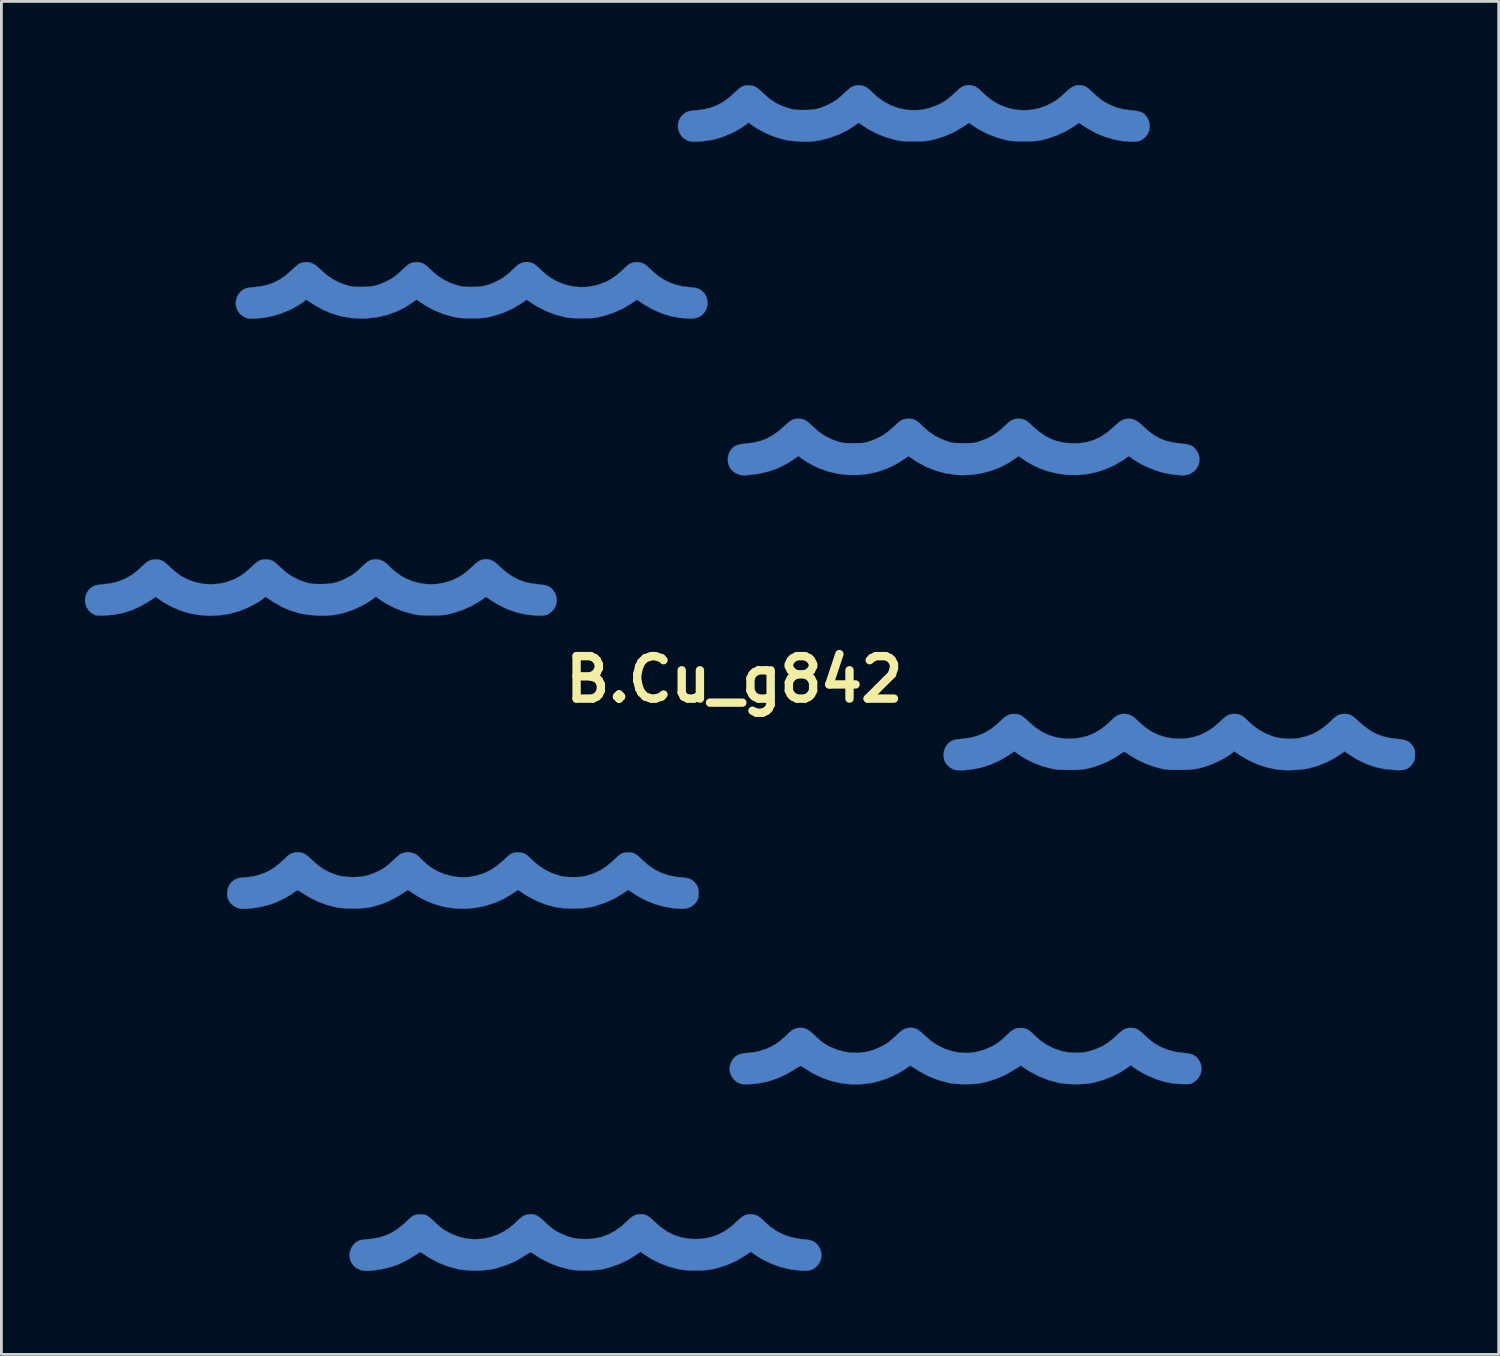
<source format=kicad_pcb>
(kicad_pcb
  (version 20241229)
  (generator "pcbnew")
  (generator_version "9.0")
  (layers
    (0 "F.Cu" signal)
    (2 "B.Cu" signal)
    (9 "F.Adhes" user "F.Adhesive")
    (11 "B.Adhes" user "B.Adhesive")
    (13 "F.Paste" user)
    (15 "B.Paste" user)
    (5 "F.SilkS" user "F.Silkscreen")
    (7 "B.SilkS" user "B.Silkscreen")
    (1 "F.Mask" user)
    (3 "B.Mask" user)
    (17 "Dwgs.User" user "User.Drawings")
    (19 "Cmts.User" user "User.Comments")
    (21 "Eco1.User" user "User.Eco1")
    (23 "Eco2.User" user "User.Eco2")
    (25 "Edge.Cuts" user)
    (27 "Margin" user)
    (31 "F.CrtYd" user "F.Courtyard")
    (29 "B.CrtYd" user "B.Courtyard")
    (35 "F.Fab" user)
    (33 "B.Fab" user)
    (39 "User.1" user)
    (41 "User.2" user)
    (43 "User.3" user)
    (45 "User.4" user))
  (footprint "B.Cu_g842"
    (layer "F.Cu")
    (at 23.309 21.339)
    (property "Reference" "B.Cu_g842" (at 0 0 0) (layer "F.SilkS") (effects (font (size 1.524 1.524) (thickness 0.3))))
    (attr through_hole)
    (fp_poly (pts (xy 0.634 19.204) (xy 0.754 19.226) (xy 0.862 19.274) (xy 0.968 19.351) (xy 1.053 19.433) (xy 1.276 19.639) (xy 1.52 19.808) (xy 1.783 19.939) (xy 2.065 20.033) (xy 2.362 20.089) (xy 2.48 20.099) (xy 2.635 20.115) (xy 2.757 20.142) (xy 2.855 20.184) (xy 2.937 20.244) (xy 2.985 20.294) (xy 3.071 20.421) (xy 3.119 20.558) (xy 3.129 20.701) (xy 3.102 20.841) (xy 3.039 20.971) (xy 2.966 21.06) (xy 2.884 21.132) (xy 2.8 21.182) (xy 2.704 21.212) (xy 2.588 21.226) (xy 2.442 21.225) (xy 2.401 21.224) (xy 2.044 21.184) (xy 1.694 21.104) (xy 1.355 20.987) (xy 1.034 20.833) (xy 0.785 20.68) (xy 0.594 20.549) (xy 0.399 20.68) (xy 0.088 20.865) (xy -0.236 21.012) (xy -0.581 21.125) (xy -0.769 21.171) (xy -0.927 21.196) (xy -1.114 21.213) (xy -1.317 21.22) (xy -1.524 21.219) (xy -1.723 21.209) (xy -1.901 21.189) (xy -2.002 21.171) (xy -2.34 21.082) (xy -2.653 20.966) (xy -2.949 20.818) (xy -3.158 20.689) (xy -3.365 20.551) (xy -3.573 20.689) (xy -3.871 20.866) (xy -4.179 21.008) (xy -4.505 21.117) (xy -4.72 21.169) (xy -4.87 21.194) (xy -5.048 21.21) (xy -5.243 21.219) (xy -5.442 21.22) (xy -5.633 21.213) (xy -5.804 21.198) (xy -5.915 21.18) (xy -6.278 21.087) (xy -6.626 20.954) (xy -6.962 20.782) (xy -7.286 20.569) (xy -7.29 20.566) (xy -7.321 20.569) (xy -7.381 20.598) (xy -7.469 20.653) (xy -7.491 20.668) (xy -7.805 20.856) (xy -8.141 21.009) (xy -8.498 21.126) (xy -8.678 21.17) (xy -8.842 21.196) (xy -9.035 21.213) (xy -9.242 21.221) (xy -9.453 21.219) (xy -9.655 21.207) (xy -9.835 21.186) (xy -9.921 21.171) (xy -10.284 21.071) (xy -10.628 20.935) (xy -10.953 20.76) (xy -11.062 20.69) (xy -11.143 20.636) (xy -11.21 20.592) (xy -11.256 20.563) (xy -11.273 20.553) (xy -11.291 20.564) (xy -11.338 20.594) (xy -11.405 20.638) (xy -11.476 20.685) (xy -11.746 20.848) (xy -12.024 20.984) (xy -12.141 21.031) (xy -12.312 21.088) (xy -12.494 21.137) (xy -12.681 21.176) (xy -12.866 21.205) (xy -13.04 21.223) (xy -13.196 21.229) (xy -13.328 21.221) (xy -13.426 21.2) (xy -13.569 21.129) (xy -13.68 21.031) (xy -13.759 20.904) (xy -13.8 20.777) (xy -13.811 20.645) (xy -13.787 20.513) (xy -13.734 20.389) (xy -13.656 20.28) (xy -13.558 20.194) (xy -13.445 20.138) (xy -13.369 20.121) (xy -13.311 20.115) (xy -13.225 20.106) (xy -13.123 20.095) (xy -13.052 20.087) (xy -12.78 20.044) (xy -12.529 19.969) (xy -12.293 19.861) (xy -12.066 19.716) (xy -11.844 19.533) (xy -11.779 19.472) (xy -11.678 19.376) (xy -11.596 19.306) (xy -11.528 19.259) (xy -11.463 19.23) (xy -11.395 19.215) (xy -11.314 19.21) (xy -11.271 19.209) (xy -11.186 19.211) (xy -11.116 19.221) (xy -11.053 19.241) (xy -10.989 19.276) (xy -10.918 19.331) (xy -10.83 19.409) (xy -10.754 19.481) (xy -10.666 19.563) (xy -10.576 19.641) (xy -10.496 19.707) (xy -10.435 19.751) (xy -10.177 19.897) (xy -9.908 20.004) (xy -9.63 20.072) (xy -9.347 20.1) (xy -9.064 20.087) (xy -8.784 20.034) (xy -8.678 20.002) (xy -8.463 19.921) (xy -8.27 19.823) (xy -8.086 19.701) (xy -7.903 19.549) (xy -7.825 19.476) (xy -7.721 19.378) (xy -7.637 19.308) (xy -7.565 19.26) (xy -7.498 19.229) (xy -7.427 19.211) (xy -7.365 19.204) (xy -7.266 19.201) (xy -7.178 19.214) (xy -7.092 19.246) (xy -7.003 19.302) (xy -6.901 19.385) (xy -6.807 19.472) (xy -6.686 19.585) (xy -6.584 19.673) (xy -6.49 19.745) (xy -6.394 19.806) (xy -6.285 19.864) (xy -6.195 19.907) (xy -5.99 19.993) (xy -5.795 20.051) (xy -5.593 20.083) (xy -5.371 20.094) (xy -5.345 20.095) (xy -5.053 20.077) (xy -4.781 20.023) (xy -4.525 19.931) (xy -4.281 19.801) (xy -4.047 19.631) (xy -3.872 19.473) (xy -3.766 19.372) (xy -3.678 19.3) (xy -3.599 19.251) (xy -3.523 19.222) (xy -3.44 19.206) (xy -3.405 19.202) (xy -3.302 19.201) (xy -3.212 19.216) (xy -3.126 19.252) (xy -3.035 19.312) (xy -2.932 19.401) (xy -2.874 19.457) (xy -2.643 19.661) (xy -2.407 19.825) (xy -2.162 19.948) (xy -1.905 20.033) (xy -1.634 20.081) (xy -1.386 20.094) (xy -1.102 20.077) (xy -0.835 20.025) (xy -0.584 19.936) (xy -0.343 19.81) (xy -0.11 19.643) (xy 0.098 19.457) (xy 0.211 19.351) (xy 0.309 19.277) (xy 0.399 19.229) (xy 0.489 19.205) (xy 0.587 19.201) (xy 0.634 19.204)) (stroke (width 0.01) (type solid)) (fill yes) (layer "B.Cu"))
    (fp_poly (pts (xy 2.32 -9.355) (xy 2.427 -9.346) (xy 2.524 -9.316) (xy 2.619 -9.261) (xy 2.72 -9.175) (xy 2.781 -9.116) (xy 3.005 -8.912) (xy 3.243 -8.746) (xy 3.5 -8.616) (xy 3.719 -8.537) (xy 3.791 -8.516) (xy 3.853 -8.5) (xy 3.916 -8.49) (xy 3.988 -8.484) (xy 4.079 -8.481) (xy 4.198 -8.48) (xy 4.276 -8.479) (xy 4.413 -8.48) (xy 4.518 -8.482) (xy 4.599 -8.486) (xy 4.666 -8.494) (xy 4.727 -8.507) (xy 4.792 -8.525) (xy 4.832 -8.537) (xy 5.091 -8.633) (xy 5.326 -8.756) (xy 5.547 -8.911) (xy 5.756 -9.097) (xy 5.86 -9.197) (xy 5.947 -9.267) (xy 6.026 -9.314) (xy 6.104 -9.341) (xy 6.191 -9.353) (xy 6.255 -9.355) (xy 6.353 -9.35) (xy 6.436 -9.333) (xy 6.514 -9.299) (xy 6.595 -9.243) (xy 6.687 -9.161) (xy 6.752 -9.098) (xy 6.971 -8.903) (xy 7.199 -8.746) (xy 7.445 -8.621) (xy 7.677 -8.537) (xy 7.749 -8.516) (xy 7.811 -8.5) (xy 7.874 -8.49) (xy 7.946 -8.484) (xy 8.037 -8.481) (xy 8.156 -8.48) (xy 8.234 -8.479) (xy 8.372 -8.48) (xy 8.476 -8.482) (xy 8.557 -8.486) (xy 8.624 -8.494) (xy 8.685 -8.507) (xy 8.751 -8.525) (xy 8.79 -8.537) (xy 9.066 -8.641) (xy 9.319 -8.779) (xy 9.554 -8.952) (xy 9.729 -9.116) (xy 9.838 -9.219) (xy 9.935 -9.29) (xy 10.03 -9.333) (xy 10.13 -9.353) (xy 10.189 -9.355) (xy 10.279 -9.353) (xy 10.354 -9.342) (xy 10.423 -9.318) (xy 10.494 -9.277) (xy 10.573 -9.216) (xy 10.671 -9.129) (xy 10.722 -9.081) (xy 10.94 -8.893) (xy 11.155 -8.742) (xy 11.372 -8.628) (xy 11.598 -8.547) (xy 11.84 -8.496) (xy 12.097 -8.473) (xy 12.386 -8.477) (xy 12.653 -8.516) (xy 12.905 -8.59) (xy 13.143 -8.701) (xy 13.374 -8.852) (xy 13.601 -9.042) (xy 13.619 -9.06) (xy 13.734 -9.166) (xy 13.828 -9.244) (xy 13.909 -9.297) (xy 13.984 -9.331) (xy 14.061 -9.349) (xy 14.147 -9.355) (xy 14.161 -9.355) (xy 14.259 -9.349) (xy 14.346 -9.328) (xy 14.43 -9.289) (xy 14.52 -9.226) (xy 14.624 -9.136) (xy 14.679 -9.083) (xy 14.89 -8.895) (xy 15.1 -8.746) (xy 15.317 -8.631) (xy 15.548 -8.548) (xy 15.801 -8.494) (xy 16.031 -8.467) (xy 16.196 -8.449) (xy 16.325 -8.42) (xy 16.428 -8.378) (xy 16.51 -8.32) (xy 16.58 -8.243) (xy 16.584 -8.237) (xy 16.659 -8.101) (xy 16.696 -7.96) (xy 16.696 -7.82) (xy 16.661 -7.686) (xy 16.593 -7.565) (xy 16.496 -7.463) (xy 16.369 -7.385) (xy 16.284 -7.353) (xy 16.192 -7.335) (xy 16.079 -7.33) (xy 15.939 -7.336) (xy 15.767 -7.355) (xy 15.6 -7.379) (xy 15.352 -7.433) (xy 15.091 -7.515) (xy 14.83 -7.62) (xy 14.583 -7.742) (xy 14.362 -7.877) (xy 14.32 -7.906) (xy 14.166 -8.017) (xy 13.999 -7.901) (xy 13.688 -7.711) (xy 13.36 -7.558) (xy 13.021 -7.445) (xy 12.672 -7.371) (xy 12.317 -7.336) (xy 11.959 -7.342) (xy 11.602 -7.389) (xy 11.248 -7.476) (xy 11.197 -7.493) (xy 10.96 -7.579) (xy 10.742 -7.68) (xy 10.525 -7.804) (xy 10.407 -7.881) (xy 10.203 -8.017) (xy 10.092 -7.934) (xy 9.818 -7.754) (xy 9.518 -7.604) (xy 9.199 -7.485) (xy 8.868 -7.398) (xy 8.53 -7.347) (xy 8.193 -7.332) (xy 7.959 -7.344) (xy 7.59 -7.399) (xy 7.239 -7.492) (xy 6.905 -7.623) (xy 6.585 -7.794) (xy 6.45 -7.881) (xy 6.253 -8.015) (xy 6.106 -7.911) (xy 5.799 -7.72) (xy 5.476 -7.567) (xy 5.139 -7.452) (xy 4.794 -7.375) (xy 4.442 -7.338) (xy 4.088 -7.339) (xy 3.734 -7.38) (xy 3.385 -7.46) (xy 3.044 -7.581) (xy 3.009 -7.596) (xy 2.837 -7.678) (xy 2.661 -7.775) (xy 2.498 -7.877) (xy 2.397 -7.949) (xy 2.303 -8.021) (xy 2.194 -7.942) (xy 1.884 -7.742) (xy 1.56 -7.582) (xy 1.22 -7.462) (xy 0.864 -7.38) (xy 0.603 -7.346) (xy 0.48 -7.335) (xy 0.39 -7.328) (xy 0.323 -7.327) (xy 0.271 -7.331) (xy 0.224 -7.339) (xy 0.201 -7.344) (xy 0.051 -7.402) (xy -0.07 -7.489) (xy -0.158 -7.602) (xy -0.213 -7.738) (xy -0.232 -7.895) (xy -0.232 -7.895) (xy -0.216 -8.042) (xy -0.167 -8.169) (xy -0.088 -8.28) (xy -0.015 -8.347) (xy 0.076 -8.397) (xy 0.191 -8.433) (xy 0.336 -8.457) (xy 0.441 -8.467) (xy 0.707 -8.501) (xy 0.95 -8.56) (xy 1.177 -8.649) (xy 1.396 -8.77) (xy 1.611 -8.926) (xy 1.81 -9.102) (xy 1.914 -9.198) (xy 1.999 -9.266) (xy 2.073 -9.312) (xy 2.145 -9.339) (xy 2.224 -9.352) (xy 2.319 -9.355) (xy 2.32 -9.355)) (stroke (width 0.01) (type solid)) (fill yes) (layer "B.Cu"))
    (fp_poly (pts (xy 14.103 1.248) (xy 14.196 1.273) (xy 14.287 1.32) (xy 14.385 1.393) (xy 14.498 1.497) (xy 14.513 1.513) (xy 14.74 1.713) (xy 14.976 1.874) (xy 15.224 1.994) (xy 15.488 2.077) (xy 15.77 2.123) (xy 15.896 2.131) (xy 16.189 2.125) (xy 16.467 2.079) (xy 16.731 1.995) (xy 16.983 1.87) (xy 17.224 1.705) (xy 17.431 1.524) (xy 17.544 1.418) (xy 17.639 1.341) (xy 17.723 1.289) (xy 17.804 1.258) (xy 17.889 1.243) (xy 17.949 1.24) (xy 18.078 1.251) (xy 18.191 1.288) (xy 18.297 1.356) (xy 18.408 1.46) (xy 18.409 1.461) (xy 18.606 1.645) (xy 18.83 1.807) (xy 19.069 1.942) (xy 19.316 2.043) (xy 19.42 2.074) (xy 19.594 2.109) (xy 19.789 2.129) (xy 19.99 2.134) (xy 20.18 2.123) (xy 20.285 2.108) (xy 20.527 2.049) (xy 20.748 1.968) (xy 20.957 1.859) (xy 21.161 1.719) (xy 21.367 1.542) (xy 21.396 1.515) (xy 21.505 1.416) (xy 21.592 1.343) (xy 21.667 1.293) (xy 21.735 1.262) (xy 21.806 1.246) (xy 21.886 1.241) (xy 21.907 1.24) (xy 21.999 1.245) (xy 22.077 1.261) (xy 22.151 1.293) (xy 22.229 1.345) (xy 22.32 1.422) (xy 22.395 1.492) (xy 22.617 1.687) (xy 22.838 1.843) (xy 23.063 1.964) (xy 23.299 2.051) (xy 23.552 2.108) (xy 23.791 2.136) (xy 23.955 2.154) (xy 24.085 2.182) (xy 24.188 2.226) (xy 24.271 2.289) (xy 24.343 2.374) (xy 24.379 2.431) (xy 24.41 2.489) (xy 24.427 2.543) (xy 24.435 2.61) (xy 24.437 2.699) (xy 24.429 2.832) (xy 24.401 2.938) (xy 24.348 3.03) (xy 24.272 3.115) (xy 24.208 3.171) (xy 24.144 3.211) (xy 24.072 3.238) (xy 23.983 3.252) (xy 23.869 3.257) (xy 23.723 3.254) (xy 23.701 3.253) (xy 23.345 3.218) (xy 23.003 3.143) (xy 22.673 3.028) (xy 22.353 2.872) (xy 22.109 2.72) (xy 21.908 2.584) (xy 21.753 2.695) (xy 21.512 2.848) (xy 21.242 2.984) (xy 20.954 3.098) (xy 20.659 3.185) (xy 20.638 3.19) (xy 20.464 3.222) (xy 20.262 3.244) (xy 20.045 3.256) (xy 19.826 3.258) (xy 19.619 3.248) (xy 19.441 3.229) (xy 19.103 3.155) (xy 18.768 3.043) (xy 18.445 2.894) (xy 18.147 2.716) (xy 17.944 2.58) (xy 17.899 2.621) (xy 17.815 2.688) (xy 17.7 2.763) (xy 17.563 2.843) (xy 17.413 2.922) (xy 17.259 2.995) (xy 17.111 3.058) (xy 17.037 3.086) (xy 16.87 3.142) (xy 16.718 3.184) (xy 16.57 3.214) (xy 16.415 3.233) (xy 16.243 3.245) (xy 16.043 3.249) (xy 15.981 3.249) (xy 15.812 3.248) (xy 15.677 3.245) (xy 15.568 3.239) (xy 15.477 3.23) (xy 15.397 3.217) (xy 15.367 3.211) (xy 15.053 3.127) (xy 14.743 3.012) (xy 14.449 2.871) (xy 14.181 2.709) (xy 14.171 2.701) (xy 14.092 2.648) (xy 14.039 2.616) (xy 14.004 2.602) (xy 13.98 2.603) (xy 13.959 2.614) (xy 13.673 2.803) (xy 13.391 2.955) (xy 13.108 3.074) (xy 13.031 3.101) (xy 12.879 3.15) (xy 12.746 3.186) (xy 12.623 3.213) (xy 12.497 3.231) (xy 12.36 3.242) (xy 12.201 3.248) (xy 12.023 3.249) (xy 11.866 3.249) (xy 11.743 3.246) (xy 11.645 3.242) (xy 11.562 3.234) (xy 11.485 3.223) (xy 11.406 3.208) (xy 11.369 3.2) (xy 11.047 3.111) (xy 10.738 2.993) (xy 10.451 2.849) (xy 10.211 2.697) (xy 10.055 2.585) (xy 9.855 2.718) (xy 9.547 2.901) (xy 9.226 3.048) (xy 8.897 3.157) (xy 8.563 3.228) (xy 8.229 3.258) (xy 8.149 3.26) (xy 8.045 3.259) (xy 7.97 3.255) (xy 7.914 3.245) (xy 7.865 3.228) (xy 7.811 3.202) (xy 7.808 3.201) (xy 7.7 3.126) (xy 7.61 3.029) (xy 7.549 2.921) (xy 7.536 2.883) (xy 7.514 2.733) (xy 7.527 2.585) (xy 7.574 2.448) (xy 7.652 2.33) (xy 7.694 2.288) (xy 7.763 2.235) (xy 7.833 2.196) (xy 7.915 2.169) (xy 8.019 2.15) (xy 8.154 2.137) (xy 8.169 2.135) (xy 8.465 2.097) (xy 8.736 2.026) (xy 8.987 1.92) (xy 9.224 1.778) (xy 9.451 1.596) (xy 9.544 1.507) (xy 9.655 1.403) (xy 9.75 1.329) (xy 9.836 1.28) (xy 9.924 1.252) (xy 10.02 1.242) (xy 10.054 1.241) (xy 10.143 1.246) (xy 10.222 1.265) (xy 10.301 1.3) (xy 10.385 1.357) (xy 10.482 1.438) (xy 10.583 1.533) (xy 10.817 1.733) (xy 11.062 1.893) (xy 11.318 2.011) (xy 11.586 2.09) (xy 11.868 2.129) (xy 12.118 2.131) (xy 12.403 2.1) (xy 12.668 2.036) (xy 12.916 1.936) (xy 13.151 1.798) (xy 13.376 1.622) (xy 13.513 1.492) (xy 13.627 1.385) (xy 13.73 1.311) (xy 13.828 1.265) (xy 13.932 1.243) (xy 14.002 1.24) (xy 14.103 1.248)) (stroke (width 0.01) (type solid)) (fill yes) (layer "B.Cu"))
    (fp_poly (pts (xy -8.814 -4.304) (xy -8.743 -4.284) (xy -8.689 -4.265) (xy -8.637 -4.237) (xy -8.578 -4.194) (xy -8.506 -4.131) (xy -8.425 -4.055) (xy -8.203 -3.86) (xy -7.982 -3.704) (xy -7.756 -3.584) (xy -7.518 -3.496) (xy -7.261 -3.438) (xy -7.017 -3.41) (xy -6.865 -3.393) (xy -6.746 -3.368) (xy -6.652 -3.331) (xy -6.574 -3.278) (xy -6.51 -3.212) (xy -6.428 -3.087) (xy -6.383 -2.949) (xy -6.375 -2.807) (xy -6.402 -2.667) (xy -6.465 -2.537) (xy -6.557 -2.43) (xy -6.631 -2.371) (xy -6.705 -2.329) (xy -6.789 -2.303) (xy -6.891 -2.291) (xy -7.022 -2.289) (xy -7.107 -2.292) (xy -7.464 -2.328) (xy -7.812 -2.405) (xy -8.15 -2.524) (xy -8.476 -2.682) (xy -8.705 -2.823) (xy -8.912 -2.961) (xy -9.113 -2.825) (xy -9.419 -2.643) (xy -9.75 -2.494) (xy -10.106 -2.379) (xy -10.288 -2.335) (xy -10.367 -2.32) (xy -10.454 -2.31) (xy -10.555 -2.302) (xy -10.68 -2.298) (xy -10.836 -2.297) (xy -10.89 -2.297) (xy -11.045 -2.297) (xy -11.167 -2.3) (xy -11.265 -2.304) (xy -11.349 -2.312) (xy -11.426 -2.324) (xy -11.508 -2.34) (xy -11.533 -2.346) (xy -11.899 -2.448) (xy -12.245 -2.588) (xy -12.569 -2.763) (xy -12.798 -2.919) (xy -12.865 -2.968) (xy -12.98 -2.883) (xy -13.199 -2.738) (xy -13.446 -2.606) (xy -13.707 -2.492) (xy -13.966 -2.403) (xy -14.076 -2.374) (xy -14.252 -2.335) (xy -14.414 -2.309) (xy -14.576 -2.294) (xy -14.752 -2.289) (xy -14.955 -2.292) (xy -14.962 -2.292) (xy -15.304 -2.319) (xy -15.624 -2.378) (xy -15.929 -2.47) (xy -16.226 -2.598) (xy -16.523 -2.765) (xy -16.634 -2.837) (xy -16.83 -2.968) (xy -16.877 -2.926) (xy -16.969 -2.853) (xy -17.093 -2.772) (xy -17.241 -2.689) (xy -17.402 -2.607) (xy -17.57 -2.53) (xy -17.735 -2.465) (xy -17.823 -2.434) (xy -18.145 -2.35) (xy -18.483 -2.3) (xy -18.828 -2.286) (xy -19.173 -2.307) (xy -19.51 -2.363) (xy -19.77 -2.434) (xy -19.948 -2.499) (xy -20.138 -2.582) (xy -20.324 -2.675) (xy -20.493 -2.772) (xy -20.602 -2.845) (xy -20.768 -2.964) (xy -20.961 -2.835) (xy -21.276 -2.646) (xy -21.594 -2.498) (xy -21.918 -2.391) (xy -22.251 -2.323) (xy -22.574 -2.295) (xy -22.708 -2.292) (xy -22.807 -2.293) (xy -22.879 -2.298) (xy -22.932 -2.309) (xy -22.953 -2.316) (xy -23.081 -2.385) (xy -23.184 -2.485) (xy -23.259 -2.607) (xy -23.299 -2.745) (xy -23.305 -2.82) (xy -23.295 -2.959) (xy -23.262 -3.071) (xy -23.202 -3.171) (xy -23.171 -3.209) (xy -23.102 -3.28) (xy -23.031 -3.331) (xy -22.95 -3.367) (xy -22.848 -3.391) (xy -22.716 -3.407) (xy -22.669 -3.41) (xy -22.369 -3.449) (xy -22.095 -3.519) (xy -21.842 -3.623) (xy -21.606 -3.763) (xy -21.383 -3.941) (xy -21.289 -4.03) (xy -21.178 -4.135) (xy -21.086 -4.21) (xy -21.003 -4.261) (xy -20.922 -4.29) (xy -20.836 -4.303) (xy -20.786 -4.305) (xy -20.695 -4.303) (xy -20.618 -4.291) (xy -20.548 -4.266) (xy -20.476 -4.223) (xy -20.395 -4.159) (xy -20.295 -4.069) (xy -20.257 -4.033) (xy -20.15 -3.935) (xy -20.037 -3.841) (xy -19.932 -3.76) (xy -19.855 -3.708) (xy -19.601 -3.576) (xy -19.334 -3.483) (xy -19.058 -3.428) (xy -18.778 -3.411) (xy -18.499 -3.433) (xy -18.224 -3.492) (xy -17.958 -3.591) (xy -17.737 -3.708) (xy -17.647 -3.77) (xy -17.54 -3.853) (xy -17.428 -3.948) (xy -17.335 -4.033) (xy -17.228 -4.132) (xy -17.141 -4.205) (xy -17.067 -4.254) (xy -16.997 -4.284) (xy -16.924 -4.3) (xy -16.839 -4.305) (xy -16.806 -4.305) (xy -16.708 -4.298) (xy -16.621 -4.275) (xy -16.535 -4.231) (xy -16.444 -4.163) (xy -16.339 -4.066) (xy -16.307 -4.035) (xy -16.087 -3.839) (xy -15.853 -3.681) (xy -15.598 -3.556) (xy -15.333 -3.468) (xy -15.256 -3.449) (xy -15.181 -3.436) (xy -15.096 -3.428) (xy -14.991 -3.423) (xy -14.856 -3.422) (xy -14.838 -3.422) (xy -14.652 -3.426) (xy -14.496 -3.439) (xy -14.357 -3.463) (xy -14.223 -3.503) (xy -14.08 -3.559) (xy -13.975 -3.608) (xy -13.856 -3.668) (xy -13.757 -3.723) (xy -13.667 -3.783) (xy -13.577 -3.853) (xy -13.477 -3.94) (xy -13.364 -4.045) (xy -13.272 -4.131) (xy -13.202 -4.192) (xy -13.146 -4.234) (xy -13.096 -4.262) (xy -13.045 -4.282) (xy -13.026 -4.288) (xy -12.873 -4.312) (xy -12.726 -4.294) (xy -12.586 -4.236) (xy -12.456 -4.137) (xy -12.396 -4.074) (xy -12.305 -3.982) (xy -12.188 -3.882) (xy -12.058 -3.783) (xy -11.926 -3.695) (xy -11.813 -3.631) (xy -11.545 -3.519) (xy -11.268 -3.447) (xy -10.985 -3.413) (xy -10.701 -3.419) (xy -10.421 -3.465) (xy -10.15 -3.55) (xy -10.04 -3.598) (xy -9.901 -3.667) (xy -9.779 -3.739) (xy -9.663 -3.822) (xy -9.541 -3.923) (xy -9.408 -4.045) (xy -9.314 -4.133) (xy -9.242 -4.195) (xy -9.185 -4.237) (xy -9.133 -4.265) (xy -9.081 -4.284) (xy -9.079 -4.285) (xy -8.98 -4.309) (xy -8.899 -4.316) (xy -8.814 -4.304)) (stroke (width 0.01) (type solid)) (fill yes) (layer "B.Cu"))
    (fp_poly (pts (xy -15.534 6.224) (xy -15.497 6.235) (xy -15.445 6.254) (xy -15.393 6.282) (xy -15.335 6.325) (xy -15.261 6.388) (xy -15.17 6.473) (xy -15.031 6.6) (xy -14.908 6.701) (xy -14.789 6.785) (xy -14.663 6.858) (xy -14.532 6.923) (xy -14.343 7.002) (xy -14.157 7.055) (xy -13.961 7.086) (xy -13.743 7.098) (xy -13.695 7.099) (xy -13.474 7.091) (xy -13.279 7.065) (xy -13.095 7.017) (xy -12.908 6.946) (xy -12.835 6.912) (xy -12.716 6.854) (xy -12.616 6.798) (xy -12.525 6.738) (xy -12.433 6.666) (xy -12.331 6.577) (xy -12.222 6.475) (xy -12.127 6.387) (xy -12.055 6.325) (xy -11.996 6.282) (xy -11.945 6.254) (xy -11.893 6.235) (xy -11.893 6.235) (xy -11.78 6.208) (xy -11.681 6.205) (xy -11.575 6.225) (xy -11.538 6.235) (xy -11.486 6.254) (xy -11.435 6.281) (xy -11.378 6.323) (xy -11.307 6.384) (xy -11.215 6.47) (xy -11.211 6.474) (xy -11.123 6.556) (xy -11.037 6.634) (xy -10.961 6.699) (xy -10.904 6.743) (xy -10.897 6.748) (xy -10.664 6.884) (xy -10.411 6.989) (xy -10.146 7.062) (xy -9.876 7.101) (xy -9.611 7.104) (xy -9.496 7.092) (xy -9.22 7.039) (xy -8.964 6.952) (xy -8.722 6.831) (xy -8.49 6.672) (xy -8.266 6.476) (xy -8.163 6.379) (xy -8.082 6.31) (xy -8.013 6.262) (xy -7.948 6.233) (xy -7.88 6.219) (xy -7.8 6.213) (xy -7.768 6.213) (xy -7.672 6.217) (xy -7.591 6.232) (xy -7.517 6.262) (xy -7.44 6.312) (xy -7.353 6.386) (xy -7.261 6.475) (xy -7.028 6.679) (xy -6.779 6.844) (xy -6.512 6.971) (xy -6.227 7.062) (xy -6.221 7.063) (xy -6.089 7.086) (xy -5.929 7.098) (xy -5.757 7.101) (xy -5.586 7.093) (xy -5.43 7.077) (xy -5.309 7.053) (xy -5.044 6.966) (xy -4.805 6.853) (xy -4.584 6.71) (xy -4.37 6.531) (xy -4.326 6.488) (xy -4.22 6.388) (xy -4.134 6.315) (xy -4.06 6.265) (xy -3.99 6.234) (xy -3.916 6.219) (xy -3.83 6.214) (xy -3.81 6.213) (xy -3.717 6.217) (xy -3.639 6.231) (xy -3.566 6.261) (xy -3.492 6.309) (xy -3.406 6.381) (xy -3.301 6.481) (xy -3.301 6.481) (xy -3.08 6.677) (xy -2.849 6.833) (xy -2.605 6.953) (xy -2.341 7.04) (xy -2.054 7.094) (xy -1.903 7.109) (xy -1.769 7.122) (xy -1.666 7.141) (xy -1.586 7.167) (xy -1.518 7.205) (xy -1.453 7.258) (xy -1.443 7.268) (xy -1.363 7.357) (xy -1.312 7.452) (xy -1.287 7.564) (xy -1.281 7.673) (xy -1.29 7.807) (xy -1.32 7.914) (xy -1.376 8.007) (xy -1.443 8.079) (xy -1.537 8.153) (xy -1.64 8.201) (xy -1.763 8.227) (xy -1.892 8.233) (xy -2.2 8.215) (xy -2.515 8.16) (xy -2.831 8.071) (xy -3.14 7.95) (xy -3.432 7.801) (xy -3.617 7.684) (xy -3.806 7.555) (xy -3.979 7.673) (xy -4.283 7.855) (xy -4.609 8.007) (xy -4.95 8.124) (xy -5.15 8.175) (xy -5.299 8.199) (xy -5.476 8.216) (xy -5.671 8.224) (xy -5.872 8.225) (xy -6.067 8.218) (xy -6.246 8.203) (xy -6.396 8.18) (xy -6.417 8.176) (xy -6.776 8.077) (xy -7.111 7.944) (xy -7.428 7.776) (xy -7.559 7.693) (xy -7.765 7.556) (xy -7.967 7.693) (xy -8.274 7.876) (xy -8.599 8.022) (xy -8.938 8.13) (xy -9.287 8.201) (xy -9.642 8.232) (xy -10 8.224) (xy -10.356 8.175) (xy -10.526 8.137) (xy -10.801 8.053) (xy -11.074 7.941) (xy -11.333 7.808) (xy -11.565 7.66) (xy -11.597 7.636) (xy -11.672 7.586) (xy -11.72 7.566) (xy -11.739 7.569) (xy -11.984 7.732) (xy -12.213 7.865) (xy -12.435 7.974) (xy -12.659 8.062) (xy -12.894 8.134) (xy -13.102 8.184) (xy -13.223 8.202) (xy -13.374 8.216) (xy -13.546 8.223) (xy -13.727 8.225) (xy -13.906 8.221) (xy -14.072 8.211) (xy -14.214 8.195) (xy -14.276 8.184) (xy -14.64 8.091) (xy -14.983 7.96) (xy -15.307 7.793) (xy -15.465 7.693) (xy -15.558 7.634) (xy -15.631 7.592) (xy -15.68 7.571) (xy -15.697 7.571) (xy -15.895 7.709) (xy -16.118 7.841) (xy -16.349 7.958) (xy -16.498 8.021) (xy -16.658 8.078) (xy -16.833 8.127) (xy -17.015 8.169) (xy -17.198 8.201) (xy -17.374 8.223) (xy -17.535 8.234) (xy -17.676 8.233) (xy -17.787 8.219) (xy -17.834 8.206) (xy -17.975 8.131) (xy -18.085 8.029) (xy -18.117 7.987) (xy -18.166 7.899) (xy -18.194 7.812) (xy -18.202 7.71) (xy -18.198 7.606) (xy -18.167 7.463) (xy -18.1 7.339) (xy -18.004 7.239) (xy -17.882 7.165) (xy -17.739 7.122) (xy -17.636 7.113) (xy -17.49 7.104) (xy -17.325 7.081) (xy -17.161 7.047) (xy -17.078 7.025) (xy -16.876 6.956) (xy -16.689 6.867) (xy -16.509 6.754) (xy -16.328 6.611) (xy -16.181 6.477) (xy -16.087 6.389) (xy -16.016 6.327) (xy -15.959 6.284) (xy -15.908 6.256) (xy -15.857 6.237) (xy -15.852 6.235) (xy -15.739 6.209) (xy -15.64 6.205) (xy -15.534 6.224)) (stroke (width 0.01) (type solid)) (fill yes) (layer "B.Cu"))
    (fp_poly (pts (xy 6.427 12.516) (xy 6.514 12.538) (xy 6.598 12.581) (xy 6.689 12.648) (xy 6.795 12.744) (xy 6.819 12.768) (xy 7.051 12.971) (xy 7.298 13.136) (xy 7.557 13.264) (xy 7.825 13.352) (xy 8.099 13.402) (xy 8.377 13.412) (xy 8.656 13.381) (xy 8.933 13.311) (xy 9.205 13.199) (xy 9.218 13.192) (xy 9.329 13.134) (xy 9.425 13.075) (xy 9.516 13.009) (xy 9.612 12.929) (xy 9.724 12.826) (xy 9.758 12.794) (xy 9.863 12.696) (xy 9.948 12.624) (xy 10.019 12.575) (xy 10.086 12.543) (xy 10.156 12.525) (xy 10.236 12.515) (xy 10.247 12.514) (xy 10.374 12.518) (xy 10.489 12.55) (xy 10.601 12.614) (xy 10.716 12.714) (xy 10.742 12.741) (xy 10.967 12.947) (xy 11.213 13.118) (xy 11.477 13.251) (xy 11.754 13.346) (xy 11.761 13.348) (xy 11.97 13.388) (xy 12.197 13.406) (xy 12.424 13.402) (xy 12.637 13.375) (xy 12.706 13.36) (xy 12.971 13.279) (xy 13.211 13.171) (xy 13.435 13.031) (xy 13.652 12.854) (xy 13.727 12.783) (xy 13.84 12.677) (xy 13.937 12.601) (xy 14.024 12.551) (xy 14.11 12.522) (xy 14.201 12.511) (xy 14.235 12.51) (xy 14.329 12.517) (xy 14.416 12.539) (xy 14.501 12.581) (xy 14.593 12.648) (xy 14.701 12.743) (xy 14.741 12.781) (xy 14.83 12.864) (xy 14.924 12.945) (xy 15.01 13.015) (xy 15.068 13.058) (xy 15.311 13.198) (xy 15.576 13.304) (xy 15.859 13.376) (xy 16.133 13.41) (xy 16.305 13.43) (xy 16.443 13.468) (xy 16.552 13.525) (xy 16.629 13.595) (xy 16.714 13.726) (xy 16.761 13.865) (xy 16.771 14.008) (xy 16.745 14.147) (xy 16.684 14.277) (xy 16.591 14.39) (xy 16.465 14.481) (xy 16.458 14.485) (xy 16.418 14.504) (xy 16.376 14.517) (xy 16.323 14.525) (xy 16.25 14.528) (xy 16.147 14.529) (xy 16.097 14.528) (xy 15.772 14.507) (xy 15.452 14.447) (xy 15.135 14.349) (xy 14.814 14.21) (xy 14.753 14.179) (xy 14.645 14.121) (xy 14.535 14.057) (xy 14.437 13.997) (xy 14.373 13.953) (xy 14.236 13.852) (xy 14.083 13.961) (xy 13.826 14.124) (xy 13.539 14.266) (xy 13.231 14.383) (xy 12.91 14.472) (xy 12.869 14.481) (xy 12.703 14.508) (xy 12.509 14.525) (xy 12.3 14.532) (xy 12.089 14.529) (xy 11.889 14.517) (xy 11.712 14.494) (xy 11.651 14.482) (xy 11.287 14.385) (xy 10.947 14.253) (xy 10.629 14.087) (xy 10.482 13.994) (xy 10.404 13.942) (xy 10.339 13.9) (xy 10.295 13.872) (xy 10.281 13.864) (xy 10.261 13.875) (xy 10.214 13.905) (xy 10.146 13.95) (xy 10.067 14.002) (xy 9.753 14.187) (xy 9.417 14.335) (xy 9.063 14.447) (xy 8.869 14.491) (xy 8.714 14.513) (xy 8.531 14.526) (xy 8.332 14.531) (xy 8.13 14.528) (xy 7.938 14.516) (xy 7.768 14.496) (xy 7.691 14.482) (xy 7.331 14.385) (xy 6.992 14.254) (xy 6.671 14.085) (xy 6.526 13.993) (xy 6.447 13.941) (xy 6.381 13.899) (xy 6.337 13.872) (xy 6.322 13.864) (xy 6.301 13.876) (xy 6.253 13.907) (xy 6.189 13.952) (xy 6.149 13.98) (xy 5.945 14.109) (xy 5.712 14.229) (xy 5.46 14.335) (xy 5.204 14.421) (xy 4.955 14.482) (xy 4.916 14.489) (xy 4.549 14.534) (xy 4.186 14.536) (xy 3.829 14.496) (xy 3.478 14.415) (xy 3.134 14.293) (xy 2.798 14.129) (xy 2.47 13.924) (xy 2.403 13.877) (xy 2.373 13.878) (xy 2.315 13.905) (xy 2.226 13.959) (xy 2.179 13.99) (xy 1.862 14.178) (xy 1.532 14.327) (xy 1.193 14.437) (xy 0.846 14.506) (xy 0.551 14.532) (xy 0.424 14.535) (xy 0.328 14.532) (xy 0.254 14.522) (xy 0.204 14.508) (xy 0.087 14.45) (xy -0.016 14.359) (xy -0.097 14.244) (xy -0.15 14.115) (xy -0.169 13.981) (xy -0.169 13.981) (xy -0.152 13.856) (xy -0.105 13.73) (xy -0.036 13.62) (xy -0.019 13.6) (xy 0.062 13.526) (xy 0.154 13.473) (xy 0.267 13.438) (xy 0.409 13.416) (xy 0.476 13.41) (xy 0.716 13.384) (xy 0.933 13.338) (xy 1.141 13.268) (xy 1.143 13.267) (xy 1.321 13.188) (xy 1.484 13.096) (xy 1.641 12.983) (xy 1.801 12.844) (xy 1.909 12.741) (xy 2.018 12.64) (xy 2.116 12.571) (xy 2.211 12.53) (xy 2.314 12.512) (xy 2.371 12.509) (xy 2.465 12.515) (xy 2.55 12.536) (xy 2.634 12.576) (xy 2.724 12.638) (xy 2.828 12.728) (xy 2.888 12.784) (xy 3.006 12.895) (xy 3.106 12.981) (xy 3.196 13.05) (xy 3.288 13.11) (xy 3.389 13.166) (xy 3.44 13.192) (xy 3.687 13.296) (xy 3.948 13.368) (xy 4.211 13.406) (xy 4.469 13.407) (xy 4.553 13.4) (xy 4.727 13.374) (xy 4.875 13.341) (xy 5.018 13.295) (xy 5.171 13.23) (xy 5.218 13.208) (xy 5.342 13.146) (xy 5.446 13.087) (xy 5.541 13.023) (xy 5.636 12.947) (xy 5.743 12.852) (xy 5.828 12.77) (xy 5.941 12.667) (xy 6.037 12.593) (xy 6.125 12.545) (xy 6.214 12.519) (xy 6.311 12.51) (xy 6.329 12.509) (xy 6.427 12.516)) (stroke (width 0.01) (type solid)) (fill yes) (layer "B.Cu"))
    (fp_poly (pts (xy 8.522 -21.322) (xy 8.593 -21.302) (xy 8.647 -21.283) (xy 8.699 -21.255) (xy 8.757 -21.212) (xy 8.83 -21.149) (xy 8.911 -21.073) (xy 9.066 -20.931) (xy 9.21 -20.817) (xy 9.352 -20.722) (xy 9.503 -20.64) (xy 9.554 -20.615) (xy 9.821 -20.513) (xy 10.097 -20.451) (xy 10.378 -20.429) (xy 10.659 -20.446) (xy 10.937 -20.501) (xy 11.207 -20.596) (xy 11.467 -20.728) (xy 11.566 -20.792) (xy 11.633 -20.843) (xy 11.718 -20.913) (xy 11.808 -20.994) (xy 11.873 -21.057) (xy 12.006 -21.177) (xy 12.127 -21.262) (xy 12.241 -21.313) (xy 12.355 -21.332) (xy 12.475 -21.322) (xy 12.538 -21.306) (xy 12.592 -21.288) (xy 12.641 -21.263) (xy 12.694 -21.227) (xy 12.759 -21.173) (xy 12.843 -21.096) (xy 12.878 -21.063) (xy 12.996 -20.953) (xy 13.095 -20.867) (xy 13.185 -20.797) (xy 13.275 -20.738) (xy 13.375 -20.683) (xy 13.488 -20.626) (xy 13.682 -20.544) (xy 13.878 -20.485) (xy 14.089 -20.446) (xy 14.266 -20.428) (xy 14.432 -20.41) (xy 14.562 -20.379) (xy 14.666 -20.332) (xy 14.748 -20.266) (xy 14.817 -20.178) (xy 14.838 -20.144) (xy 14.895 -20.005) (xy 14.914 -19.862) (xy 14.898 -19.721) (xy 14.847 -19.59) (xy 14.764 -19.476) (xy 14.652 -19.384) (xy 14.596 -19.354) (xy 14.537 -19.33) (xy 14.478 -19.315) (xy 14.407 -19.307) (xy 14.31 -19.304) (xy 14.274 -19.304) (xy 13.954 -19.324) (xy 13.629 -19.383) (xy 13.306 -19.479) (xy 12.991 -19.609) (xy 12.69 -19.773) (xy 12.587 -19.839) (xy 12.379 -19.979) (xy 12.195 -19.855) (xy 11.883 -19.667) (xy 11.552 -19.517) (xy 11.2 -19.402) (xy 11.046 -19.364) (xy 10.962 -19.346) (xy 10.884 -19.333) (xy 10.803 -19.324) (xy 10.71 -19.319) (xy 10.596 -19.316) (xy 10.451 -19.315) (xy 10.403 -19.315) (xy 10.236 -19.316) (xy 10.103 -19.319) (xy 9.995 -19.325) (xy 9.905 -19.335) (xy 9.824 -19.348) (xy 9.801 -19.353) (xy 9.432 -19.452) (xy 9.09 -19.584) (xy 8.772 -19.75) (xy 8.625 -19.843) (xy 8.424 -19.98) (xy 8.223 -19.843) (xy 7.917 -19.661) (xy 7.586 -19.512) (xy 7.231 -19.397) (xy 7.048 -19.353) (xy 6.968 -19.338) (xy 6.882 -19.328) (xy 6.78 -19.32) (xy 6.655 -19.316) (xy 6.499 -19.315) (xy 6.445 -19.315) (xy 6.29 -19.315) (xy 6.168 -19.318) (xy 6.07 -19.322) (xy 5.987 -19.33) (xy 5.909 -19.342) (xy 5.827 -19.358) (xy 5.802 -19.364) (xy 5.441 -19.464) (xy 5.103 -19.599) (xy 4.784 -19.77) (xy 4.651 -19.856) (xy 4.465 -19.982) (xy 4.353 -19.899) (xy 4.081 -19.723) (xy 3.782 -19.573) (xy 3.462 -19.452) (xy 3.129 -19.363) (xy 2.902 -19.323) (xy 2.752 -19.309) (xy 2.573 -19.305) (xy 2.38 -19.309) (xy 2.185 -19.321) (xy 2.001 -19.34) (xy 1.841 -19.365) (xy 1.799 -19.375) (xy 1.448 -19.477) (xy 1.119 -19.612) (xy 0.809 -19.783) (xy 0.696 -19.858) (xy 0.513 -19.983) (xy 0.346 -19.863) (xy 0.199 -19.768) (xy 0.024 -19.671) (xy -0.164 -19.579) (xy -0.353 -19.499) (xy -0.487 -19.452) (xy -0.658 -19.403) (xy -0.838 -19.363) (xy -1.019 -19.333) (xy -1.195 -19.313) (xy -1.358 -19.304) (xy -1.5 -19.307) (xy -1.616 -19.323) (xy -1.683 -19.344) (xy -1.81 -19.422) (xy -1.909 -19.525) (xy -1.978 -19.646) (xy -2.015 -19.778) (xy -2.02 -19.915) (xy -1.992 -20.049) (xy -1.928 -20.175) (xy -1.864 -20.252) (xy -1.791 -20.316) (xy -1.713 -20.363) (xy -1.622 -20.395) (xy -1.507 -20.416) (xy -1.383 -20.428) (xy -1.109 -20.46) (xy -0.862 -20.517) (xy -0.635 -20.601) (xy -0.42 -20.716) (xy -0.21 -20.866) (xy 0.002 -21.052) (xy 0.109 -21.151) (xy 0.195 -21.223) (xy 0.269 -21.272) (xy 0.339 -21.303) (xy 0.413 -21.318) (xy 0.499 -21.323) (xy 0.529 -21.323) (xy 0.622 -21.317) (xy 0.705 -21.296) (xy 0.785 -21.257) (xy 0.872 -21.195) (xy 0.972 -21.106) (xy 1.032 -21.048) (xy 1.244 -20.859) (xy 1.466 -20.707) (xy 1.706 -20.587) (xy 1.974 -20.494) (xy 2.007 -20.485) (xy 2.083 -20.466) (xy 2.159 -20.453) (xy 2.246 -20.445) (xy 2.354 -20.441) (xy 2.493 -20.44) (xy 2.498 -20.44) (xy 2.683 -20.444) (xy 2.839 -20.457) (xy 2.978 -20.481) (xy 3.112 -20.521) (xy 3.254 -20.577) (xy 3.364 -20.628) (xy 3.485 -20.689) (xy 3.589 -20.75) (xy 3.688 -20.817) (xy 3.789 -20.898) (xy 3.902 -20.999) (xy 3.983 -21.075) (xy 4.073 -21.159) (xy 4.141 -21.218) (xy 4.197 -21.258) (xy 4.248 -21.284) (xy 4.303 -21.304) (xy 4.309 -21.306) (xy 4.459 -21.33) (xy 4.601 -21.314) (xy 4.738 -21.257) (xy 4.87 -21.158) (xy 4.926 -21.103) (xy 5.142 -20.901) (xy 5.378 -20.734) (xy 5.63 -20.602) (xy 5.894 -20.507) (xy 6.166 -20.449) (xy 6.443 -20.428) (xy 6.721 -20.446) (xy 6.995 -20.504) (xy 7.264 -20.601) (xy 7.296 -20.616) (xy 7.434 -20.685) (xy 7.556 -20.757) (xy 7.673 -20.84) (xy 7.795 -20.941) (xy 7.928 -21.063) (xy 8.021 -21.151) (xy 8.093 -21.213) (xy 8.151 -21.255) (xy 8.202 -21.283) (xy 8.254 -21.302) (xy 8.256 -21.303) (xy 8.355 -21.327) (xy 8.437 -21.334) (xy 8.522 -21.322)) (stroke (width 0.01) (type solid)) (fill yes) (layer "B.Cu"))
    (fp_poly (pts (xy -7.353 -14.972) (xy -7.282 -14.952) (xy -7.228 -14.933) (xy -7.176 -14.905) (xy -7.118 -14.862) (xy -7.045 -14.799) (xy -6.964 -14.723) (xy -6.875 -14.64) (xy -6.783 -14.559) (xy -6.699 -14.49) (xy -6.634 -14.442) (xy -6.377 -14.292) (xy -6.108 -14.182) (xy -5.83 -14.111) (xy -5.547 -14.08) (xy -5.261 -14.09) (xy -4.976 -14.141) (xy -4.815 -14.189) (xy -4.598 -14.275) (xy -4.401 -14.382) (xy -4.213 -14.517) (xy -4.024 -14.684) (xy -4.003 -14.705) (xy -3.924 -14.78) (xy -3.848 -14.847) (xy -3.784 -14.898) (xy -3.745 -14.923) (xy -3.61 -14.969) (xy -3.464 -14.978) (xy -3.336 -14.956) (xy -3.283 -14.938) (xy -3.233 -14.913) (xy -3.179 -14.876) (xy -3.114 -14.821) (xy -3.029 -14.743) (xy -3 -14.715) (xy -2.861 -14.588) (xy -2.737 -14.486) (xy -2.617 -14.403) (xy -2.492 -14.33) (xy -2.364 -14.266) (xy -2.128 -14.174) (xy -1.873 -14.112) (xy -1.602 -14.078) (xy -1.498 -14.068) (xy -1.402 -14.054) (xy -1.326 -14.039) (xy -1.29 -14.028) (xy -1.167 -13.955) (xy -1.071 -13.856) (xy -1.004 -13.737) (xy -0.967 -13.604) (xy -0.961 -13.466) (xy -0.989 -13.33) (xy -1.052 -13.201) (xy -1.093 -13.146) (xy -1.185 -13.059) (xy -1.288 -13) (xy -1.412 -12.966) (xy -1.565 -12.954) (xy -1.581 -12.954) (xy -1.922 -12.975) (xy -2.263 -13.037) (xy -2.598 -13.139) (xy -2.926 -13.28) (xy -3.242 -13.46) (xy -3.329 -13.517) (xy -3.493 -13.629) (xy -3.678 -13.505) (xy -3.993 -13.317) (xy -4.324 -13.166) (xy -4.676 -13.051) (xy -4.829 -13.014) (xy -4.913 -12.996) (xy -4.991 -12.983) (xy -5.071 -12.974) (xy -5.164 -12.969) (xy -5.278 -12.966) (xy -5.422 -12.965) (xy -5.472 -12.965) (xy -5.638 -12.966) (xy -5.771 -12.969) (xy -5.878 -12.975) (xy -5.967 -12.985) (xy -6.048 -12.998) (xy -6.075 -13.004) (xy -6.434 -13.1) (xy -6.768 -13.228) (xy -7.082 -13.39) (xy -7.251 -13.495) (xy -7.451 -13.629) (xy -7.652 -13.493) (xy -7.958 -13.311) (xy -8.289 -13.162) (xy -8.645 -13.047) (xy -8.827 -13.003) (xy -8.907 -12.988) (xy -8.993 -12.978) (xy -9.095 -12.97) (xy -9.22 -12.966) (xy -9.376 -12.965) (xy -9.43 -12.965) (xy -9.585 -12.965) (xy -9.707 -12.968) (xy -9.805 -12.972) (xy -9.888 -12.98) (xy -9.966 -12.992) (xy -10.048 -13.008) (xy -10.073 -13.014) (xy -10.436 -13.115) (xy -10.777 -13.253) (xy -11.099 -13.428) (xy -11.222 -13.509) (xy -11.407 -13.634) (xy -11.519 -13.551) (xy -11.814 -13.359) (xy -12.131 -13.203) (xy -12.465 -13.084) (xy -12.815 -13.003) (xy -13.178 -12.961) (xy -13.391 -12.954) (xy -13.755 -12.974) (xy -14.108 -13.034) (xy -14.45 -13.136) (xy -14.783 -13.278) (xy -15.107 -13.461) (xy -15.174 -13.505) (xy -15.37 -13.636) (xy -15.416 -13.594) (xy -15.48 -13.543) (xy -15.573 -13.48) (xy -15.684 -13.412) (xy -15.804 -13.344) (xy -15.923 -13.281) (xy -15.967 -13.26) (xy -16.26 -13.139) (xy -16.565 -13.046) (xy -16.872 -12.984) (xy -17.17 -12.956) (xy -17.259 -12.954) (xy -17.364 -12.955) (xy -17.438 -12.961) (xy -17.496 -12.972) (xy -17.549 -12.992) (xy -17.585 -13.009) (xy -17.708 -13.091) (xy -17.8 -13.196) (xy -17.861 -13.316) (xy -17.891 -13.447) (xy -17.89 -13.58) (xy -17.858 -13.711) (xy -17.795 -13.832) (xy -17.701 -13.937) (xy -17.583 -14.016) (xy -17.52 -14.04) (xy -17.436 -14.059) (xy -17.321 -14.073) (xy -17.258 -14.078) (xy -16.985 -14.11) (xy -16.739 -14.166) (xy -16.513 -14.25) (xy -16.299 -14.364) (xy -16.089 -14.513) (xy -15.877 -14.698) (xy -15.871 -14.704) (xy -15.778 -14.791) (xy -15.707 -14.854) (xy -15.65 -14.898) (xy -15.601 -14.927) (xy -15.552 -14.947) (xy -15.524 -14.956) (xy -15.389 -14.981) (xy -15.26 -14.972) (xy -15.134 -14.929) (xy -15.006 -14.85) (xy -14.87 -14.732) (xy -14.838 -14.7) (xy -14.615 -14.503) (xy -14.368 -14.339) (xy -14.099 -14.211) (xy -13.827 -14.124) (xy -13.741 -14.107) (xy -13.638 -14.096) (xy -13.509 -14.09) (xy -13.367 -14.089) (xy -13.179 -14.094) (xy -13.021 -14.109) (xy -12.878 -14.136) (xy -12.738 -14.18) (xy -12.589 -14.241) (xy -12.514 -14.276) (xy -12.396 -14.336) (xy -12.297 -14.391) (xy -12.207 -14.451) (xy -12.117 -14.521) (xy -12.017 -14.608) (xy -11.904 -14.713) (xy -11.812 -14.799) (xy -11.741 -14.86) (xy -11.685 -14.902) (xy -11.635 -14.93) (xy -11.584 -14.95) (xy -11.565 -14.956) (xy -11.414 -14.979) (xy -11.265 -14.963) (xy -11.151 -14.92) (xy -11.102 -14.888) (xy -11.034 -14.833) (xy -10.956 -14.764) (xy -10.891 -14.702) (xy -10.674 -14.509) (xy -10.443 -14.353) (xy -10.193 -14.23) (xy -9.915 -14.136) (xy -9.91 -14.135) (xy -9.83 -14.116) (xy -9.749 -14.102) (xy -9.655 -14.094) (xy -9.537 -14.09) (xy -9.43 -14.089) (xy -9.234 -14.093) (xy -9.066 -14.109) (xy -8.913 -14.14) (xy -8.762 -14.188) (xy -8.6 -14.256) (xy -8.579 -14.266) (xy -8.441 -14.335) (xy -8.319 -14.407) (xy -8.202 -14.49) (xy -8.08 -14.591) (xy -7.947 -14.713) (xy -7.854 -14.801) (xy -7.782 -14.863) (xy -7.724 -14.905) (xy -7.673 -14.933) (xy -7.621 -14.952) (xy -7.619 -14.953) (xy -7.52 -14.977) (xy -7.438 -14.984) (xy -7.353 -14.972)) (stroke (width 0.01) (type solid)) (fill yes) (layer "B.Cu")))
  (gr_rect
    (start -3 -3)
    (end 50.751 45.572)
    (stroke (width 0.1) (type default))
    (fill no)
    (layer "Edge.Cuts")))
</source>
